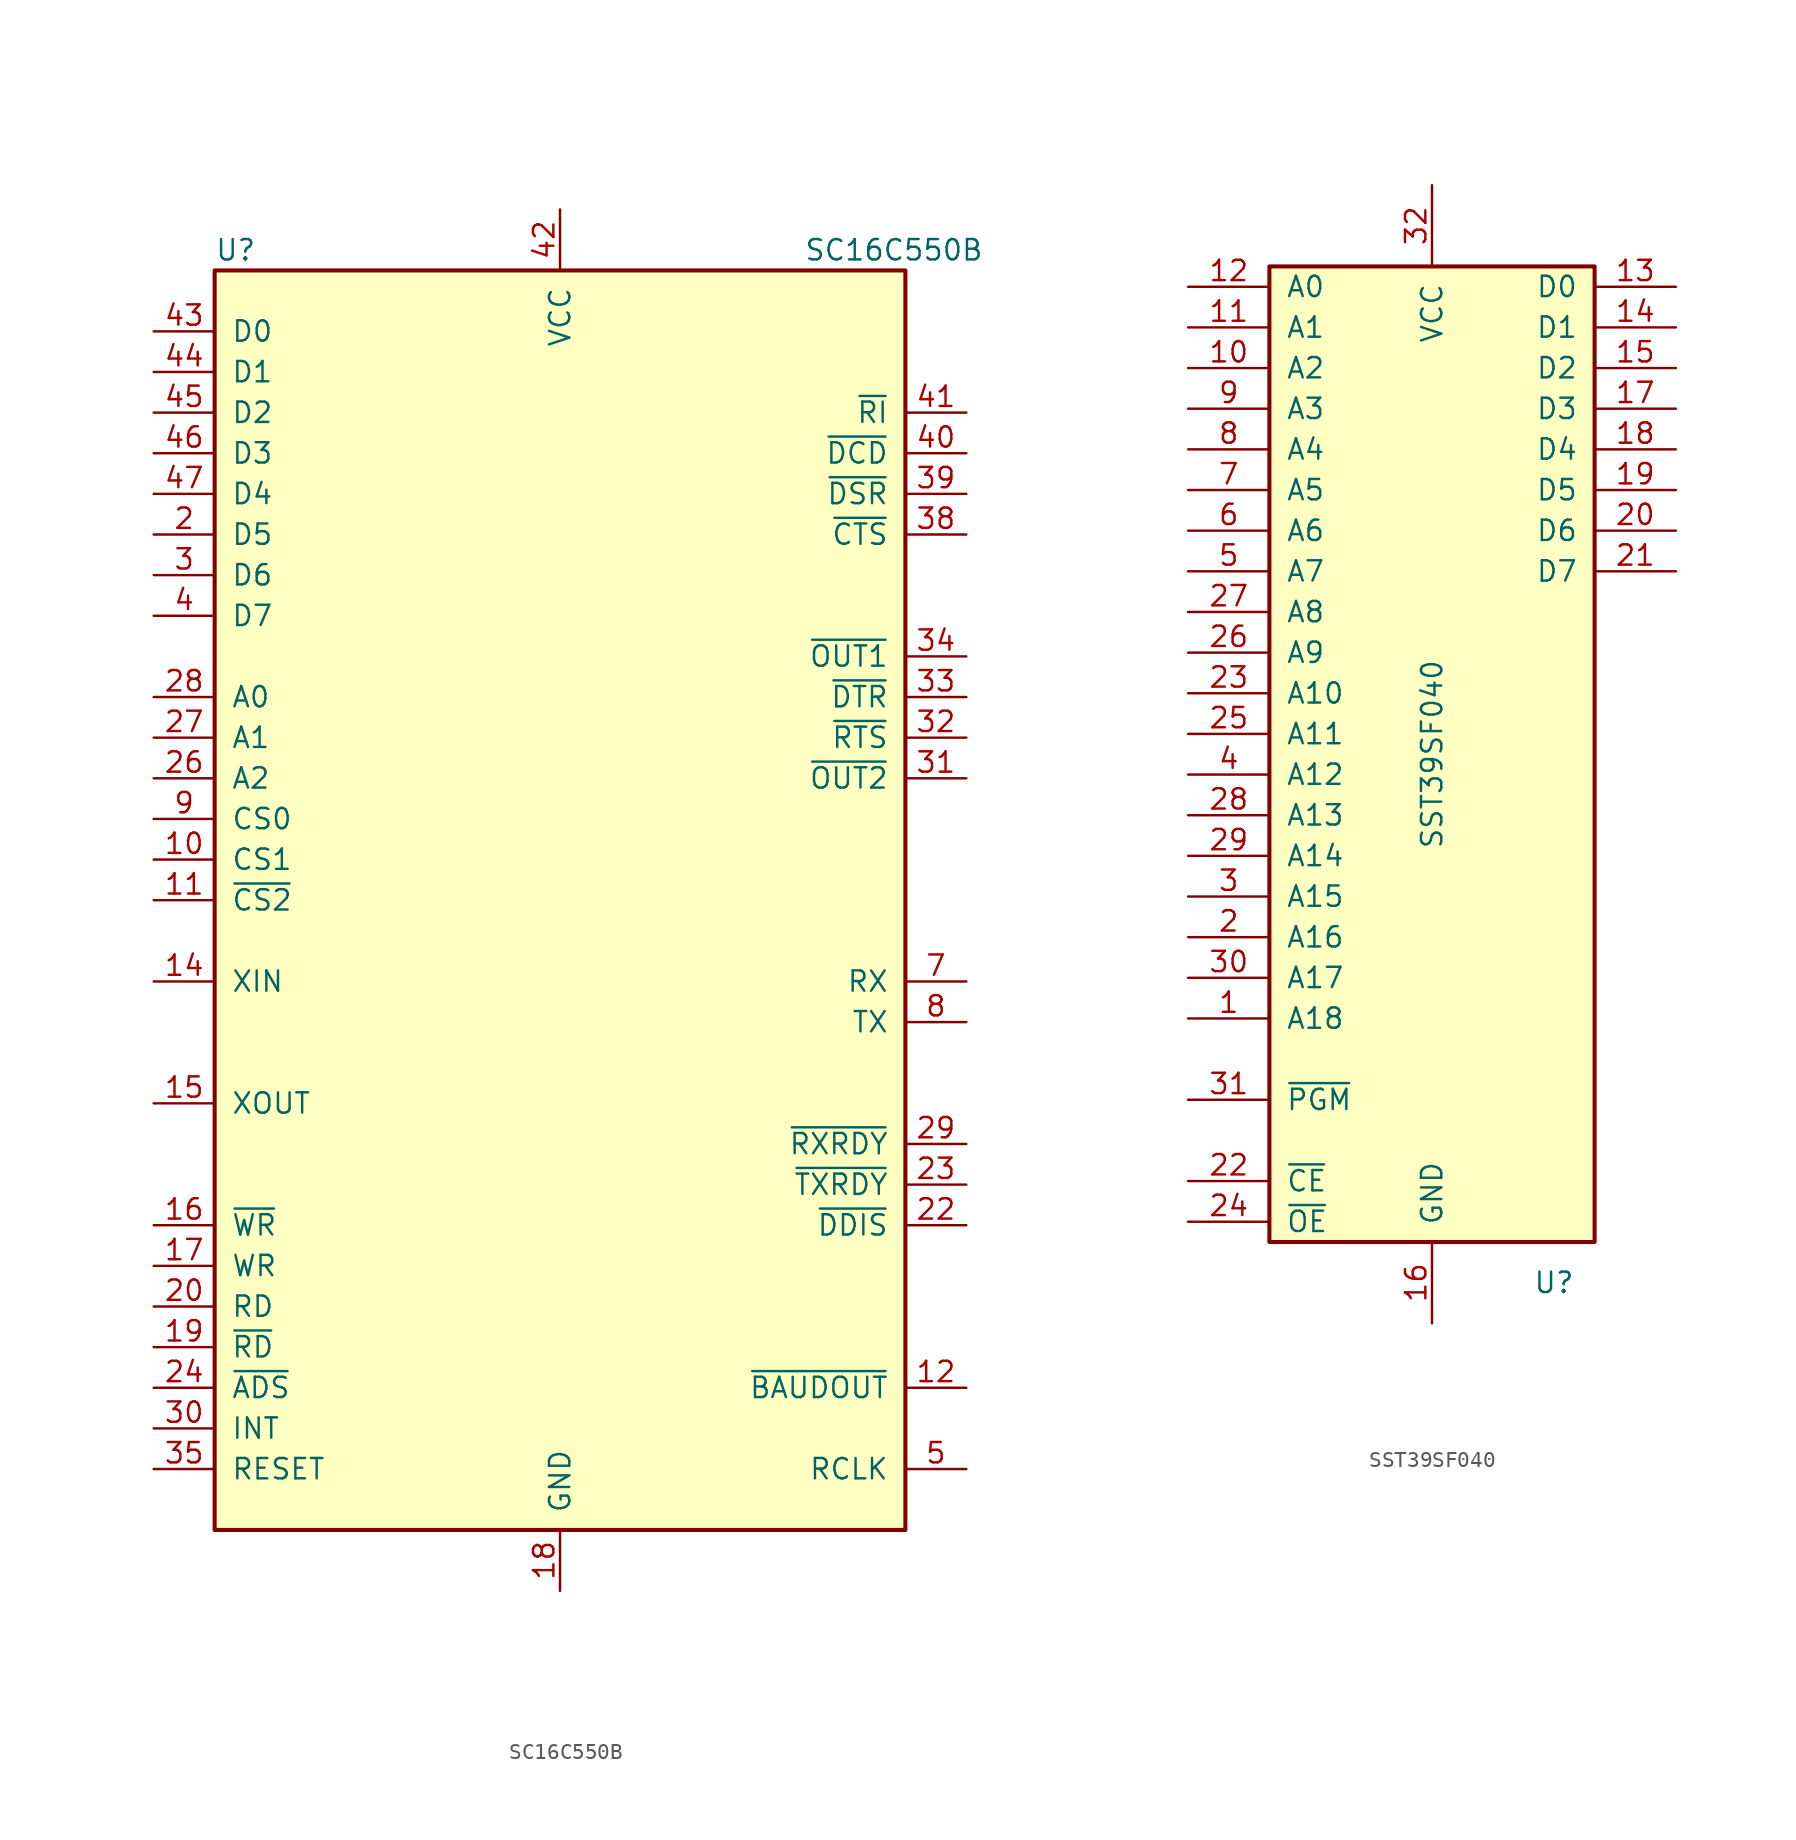
<source format=kicad_sym>
(kicad_symbol_lib
  (version 20211014)
  (generator kicad_symbol_editor)
  (symbol "SC16C550B"
    (pin_names
      (offset 1.016))
    (property "Reference" "U"
      (at -21.59 40.64 0)
      (effects (font (size 1.27 1.27)) (justify left)))
    (property "Value" "SC16C550B"
      (at 15.24 40.64 0)
      (effects (font (size 1.27 1.27)) (justify left)))
    (symbol "SC16C550B_0_1"
      (rectangle (start -21.59 -39.37) (end 21.59 39.37) (stroke (width 0.254) (type default) (color 0 0 0 0)) (fill (type background))))
    (symbol "SC16C550B_1_1"
      (pin no_connect line (at -16.51 -43.18 90) (length 3.81) hide (name "nc" (effects (font (size 1.27 1.27)))) (number "1" (effects (font (size 1.27 1.27)))))
      (pin input line (at -25.4 2.54 0) (length 3.81) (name "CS1" (effects (font (size 1.27 1.27)))) (number "10" (effects (font (size 1.27 1.27)))))
      (pin input line (at -25.4 0 0) (length 3.81) (name "~{CS2}" (effects (font (size 1.27 1.27)))) (number "11" (effects (font (size 1.27 1.27)))))
      (pin output line (at 25.4 -30.48 180) (length 3.81) (name "~{BAUDOUT}" (effects (font (size 1.27 1.27)))) (number "12" (effects (font (size 1.27 1.27)))))
      (pin no_connect line (at -11.43 -43.18 90) (length 3.81) hide (name "nc" (effects (font (size 1.27 1.27)))) (number "13" (effects (font (size 1.27 1.27)))))
      (pin input line (at -25.4 -5.08 0) (length 3.81) (name "XIN" (effects (font (size 1.27 1.27)))) (number "14" (effects (font (size 1.27 1.27)))))
      (pin output line (at -25.4 -12.7 0) (length 3.81) (name "XOUT" (effects (font (size 1.27 1.27)))) (number "15" (effects (font (size 1.27 1.27)))))
      (pin input line (at -25.4 -20.32 0) (length 3.81) (name "~{WR}" (effects (font (size 1.27 1.27)))) (number "16" (effects (font (size 1.27 1.27)))))
      (pin input line (at -25.4 -22.86 0) (length 3.81) (name "WR" (effects (font (size 1.27 1.27)))) (number "17" (effects (font (size 1.27 1.27)))))
      (pin power_in line (at 0 -43.18 90) (length 3.81) (name "GND" (effects (font (size 1.27 1.27)))) (number "18" (effects (font (size 1.27 1.27)))))
      (pin input line (at -25.4 -27.94 0) (length 3.81) (name "~{RD}" (effects (font (size 1.27 1.27)))) (number "19" (effects (font (size 1.27 1.27)))))
      (pin bidirectional line (at -25.4 22.86 0) (length 3.81) (name "D5" (effects (font (size 1.27 1.27)))) (number "2" (effects (font (size 1.27 1.27)))))
      (pin input line (at -25.4 -25.4 0) (length 3.81) (name "RD" (effects (font (size 1.27 1.27)))) (number "20" (effects (font (size 1.27 1.27)))))
      (pin no_connect line (at -8.89 -43.18 90) (length 3.81) hide (name "nc" (effects (font (size 1.27 1.27)))) (number "21" (effects (font (size 1.27 1.27)))))
      (pin output line (at 25.4 -20.32 180) (length 3.81) (name "~{DDIS}" (effects (font (size 1.27 1.27)))) (number "22" (effects (font (size 1.27 1.27)))))
      (pin output line (at 25.4 -17.78 180) (length 3.81) (name "~{TXRDY}" (effects (font (size 1.27 1.27)))) (number "23" (effects (font (size 1.27 1.27)))))
      (pin input line (at -25.4 -30.48 0) (length 3.81) (name "~{ADS}" (effects (font (size 1.27 1.27)))) (number "24" (effects (font (size 1.27 1.27)))))
      (pin no_connect line (at -6.35 -43.18 90) (length 3.81) hide (name "nc" (effects (font (size 1.27 1.27)))) (number "25" (effects (font (size 1.27 1.27)))))
      (pin input line (at -25.4 7.62 0) (length 3.81) (name "A2" (effects (font (size 1.27 1.27)))) (number "26" (effects (font (size 1.27 1.27)))))
      (pin input line (at -25.4 10.16 0) (length 3.81) (name "A1" (effects (font (size 1.27 1.27)))) (number "27" (effects (font (size 1.27 1.27)))))
      (pin input line (at -25.4 12.7 0) (length 3.81) (name "A0" (effects (font (size 1.27 1.27)))) (number "28" (effects (font (size 1.27 1.27)))))
      (pin output line (at 25.4 -15.24 180) (length 3.81) (name "~{RXRDY}" (effects (font (size 1.27 1.27)))) (number "29" (effects (font (size 1.27 1.27)))))
      (pin bidirectional line (at -25.4 20.32 0) (length 3.81) (name "D6" (effects (font (size 1.27 1.27)))) (number "3" (effects (font (size 1.27 1.27)))))
      (pin output line (at -25.4 -33.02 0) (length 3.81) (name "INT" (effects (font (size 1.27 1.27)))) (number "30" (effects (font (size 1.27 1.27)))))
      (pin output line (at 25.4 7.62 180) (length 3.81) (name "~{OUT2}" (effects (font (size 1.27 1.27)))) (number "31" (effects (font (size 1.27 1.27)))))
      (pin output line (at 25.4 10.16 180) (length 3.81) (name "~{RTS}" (effects (font (size 1.27 1.27)))) (number "32" (effects (font (size 1.27 1.27)))))
      (pin output line (at 25.4 12.7 180) (length 3.81) (name "~{DTR}" (effects (font (size 1.27 1.27)))) (number "33" (effects (font (size 1.27 1.27)))))
      (pin output line (at 25.4 15.24 180) (length 3.81) (name "~{OUT1}" (effects (font (size 1.27 1.27)))) (number "34" (effects (font (size 1.27 1.27)))))
      (pin input line (at -25.4 -35.56 0) (length 3.81) (name "RESET" (effects (font (size 1.27 1.27)))) (number "35" (effects (font (size 1.27 1.27)))))
      (pin no_connect line (at 5.08 -43.18 90) (length 3.81) hide (name "nc" (effects (font (size 1.27 1.27)))) (number "36" (effects (font (size 1.27 1.27)))))
      (pin no_connect line (at 7.62 -43.18 90) (length 3.81) hide (name "nc" (effects (font (size 1.27 1.27)))) (number "37" (effects (font (size 1.27 1.27)))))
      (pin input line (at 25.4 22.86 180) (length 3.81) (name "~{CTS}" (effects (font (size 1.27 1.27)))) (number "38" (effects (font (size 1.27 1.27)))))
      (pin input line (at 25.4 25.4 180) (length 3.81) (name "~{DSR}" (effects (font (size 1.27 1.27)))) (number "39" (effects (font (size 1.27 1.27)))))
      (pin bidirectional line (at -25.4 17.78 0) (length 3.81) (name "D7" (effects (font (size 1.27 1.27)))) (number "4" (effects (font (size 1.27 1.27)))))
      (pin input line (at 25.4 27.94 180) (length 3.81) (name "~{DCD}" (effects (font (size 1.27 1.27)))) (number "40" (effects (font (size 1.27 1.27)))))
      (pin input line (at 25.4 30.48 180) (length 3.81) (name "~{RI}" (effects (font (size 1.27 1.27)))) (number "41" (effects (font (size 1.27 1.27)))))
      (pin power_in line (at 0 43.18 270) (length 3.81) (name "VCC" (effects (font (size 1.27 1.27)))) (number "42" (effects (font (size 1.27 1.27)))))
      (pin bidirectional line (at -25.4 35.56 0) (length 3.81) (name "D0" (effects (font (size 1.27 1.27)))) (number "43" (effects (font (size 1.27 1.27)))))
      (pin bidirectional line (at -25.4 33.02 0) (length 3.81) (name "D1" (effects (font (size 1.27 1.27)))) (number "44" (effects (font (size 1.27 1.27)))))
      (pin bidirectional line (at -25.4 30.48 0) (length 3.81) (name "D2" (effects (font (size 1.27 1.27)))) (number "45" (effects (font (size 1.27 1.27)))))
      (pin bidirectional line (at -25.4 27.94 0) (length 3.81) (name "D3" (effects (font (size 1.27 1.27)))) (number "46" (effects (font (size 1.27 1.27)))))
      (pin bidirectional line (at -25.4 25.4 0) (length 3.81) (name "D4" (effects (font (size 1.27 1.27)))) (number "47" (effects (font (size 1.27 1.27)))))
      (pin no_connect line (at 10.16 -43.18 90) (length 3.81) hide (name "nc" (effects (font (size 1.27 1.27)))) (number "48" (effects (font (size 1.27 1.27)))))
      (pin input line (at 25.4 -35.56 180) (length 3.81) (name "RCLK" (effects (font (size 1.27 1.27)))) (number "5" (effects (font (size 1.27 1.27)))))
      (pin no_connect line (at -13.97 -43.18 90) (length 3.81) hide (name "nc" (effects (font (size 1.27 1.27)))) (number "6" (effects (font (size 1.27 1.27)))))
      (pin input line (at 25.4 -5.08 180) (length 3.81) (name "RX" (effects (font (size 1.27 1.27)))) (number "7" (effects (font (size 1.27 1.27)))))
      (pin output line (at 25.4 -7.62 180) (length 3.81) (name "TX" (effects (font (size 1.27 1.27)))) (number "8" (effects (font (size 1.27 1.27)))))
      (pin input line (at -25.4 5.08 0) (length 3.81) (name "CS0" (effects (font (size 1.27 1.27)))) (number "9" (effects (font (size 1.27 1.27)))))))
  (symbol "SST39SF040"
    (pin_names
      (offset 1.016))
    (property "Reference" "U"
      (at 7.62 -33.02 0)
      (effects (font (size 1.27 1.27))))
    (property "Value" "SST39SF040"
      (at 0 0 90)
      (effects (font (size 1.27 1.27))))
    (symbol "SST39SF040_1_0"
      (pin power_in line (at 0 -35.56 90) (length 5.08) (name "GND" (effects (font (size 1.27 1.27)))) (number "16" (effects (font (size 1.27 1.27)))))
      (pin power_in line (at 0 35.56 270) (length 5.08) (name "VCC" (effects (font (size 1.27 1.27)))) (number "32" (effects (font (size 1.27 1.27))))))
    (symbol "SST39SF040_1_1"
      (rectangle (start -10.16 30.48) (end 10.16 -30.48) (stroke (width 0.254) (type default) (color 0 0 0 0)) (fill (type background)))
      (pin input line (at -15.24 -16.51 0) (length 5.08) (name "A18" (effects (font (size 1.27 1.27)))) (number "1" (effects (font (size 1.27 1.27)))))
      (pin input line (at -15.24 24.13 0) (length 5.08) (name "A2" (effects (font (size 1.27 1.27)))) (number "10" (effects (font (size 1.27 1.27)))))
      (pin input line (at -15.24 26.67 0) (length 5.08) (name "A1" (effects (font (size 1.27 1.27)))) (number "11" (effects (font (size 1.27 1.27)))))
      (pin input line (at -15.24 29.21 0) (length 5.08) (name "A0" (effects (font (size 1.27 1.27)))) (number "12" (effects (font (size 1.27 1.27)))))
      (pin tri_state line (at 15.24 29.21 180) (length 5.08) (name "D0" (effects (font (size 1.27 1.27)))) (number "13" (effects (font (size 1.27 1.27)))))
      (pin tri_state line (at 15.24 26.67 180) (length 5.08) (name "D1" (effects (font (size 1.27 1.27)))) (number "14" (effects (font (size 1.27 1.27)))))
      (pin tri_state line (at 15.24 24.13 180) (length 5.08) (name "D2" (effects (font (size 1.27 1.27)))) (number "15" (effects (font (size 1.27 1.27)))))
      (pin tri_state line (at 15.24 21.59 180) (length 5.08) (name "D3" (effects (font (size 1.27 1.27)))) (number "17" (effects (font (size 1.27 1.27)))))
      (pin tri_state line (at 15.24 19.05 180) (length 5.08) (name "D4" (effects (font (size 1.27 1.27)))) (number "18" (effects (font (size 1.27 1.27)))))
      (pin tri_state line (at 15.24 16.51 180) (length 5.08) (name "D5" (effects (font (size 1.27 1.27)))) (number "19" (effects (font (size 1.27 1.27)))))
      (pin input line (at -15.24 -11.43 0) (length 5.08) (name "A16" (effects (font (size 1.27 1.27)))) (number "2" (effects (font (size 1.27 1.27)))))
      (pin tri_state line (at 15.24 13.97 180) (length 5.08) (name "D6" (effects (font (size 1.27 1.27)))) (number "20" (effects (font (size 1.27 1.27)))))
      (pin tri_state line (at 15.24 11.43 180) (length 5.08) (name "D7" (effects (font (size 1.27 1.27)))) (number "21" (effects (font (size 1.27 1.27)))))
      (pin input line (at -15.24 -26.67 0) (length 5.08) (name "~{CE}" (effects (font (size 1.27 1.27)))) (number "22" (effects (font (size 1.27 1.27)))))
      (pin input line (at -15.24 3.81 0) (length 5.08) (name "A10" (effects (font (size 1.27 1.27)))) (number "23" (effects (font (size 1.27 1.27)))))
      (pin input line (at -15.24 -29.21 0) (length 5.08) (name "~{OE}" (effects (font (size 1.27 1.27)))) (number "24" (effects (font (size 1.27 1.27)))))
      (pin input line (at -15.24 1.27 0) (length 5.08) (name "A11" (effects (font (size 1.27 1.27)))) (number "25" (effects (font (size 1.27 1.27)))))
      (pin input line (at -15.24 6.35 0) (length 5.08) (name "A9" (effects (font (size 1.27 1.27)))) (number "26" (effects (font (size 1.27 1.27)))))
      (pin input line (at -15.24 8.89 0) (length 5.08) (name "A8" (effects (font (size 1.27 1.27)))) (number "27" (effects (font (size 1.27 1.27)))))
      (pin input line (at -15.24 -3.81 0) (length 5.08) (name "A13" (effects (font (size 1.27 1.27)))) (number "28" (effects (font (size 1.27 1.27)))))
      (pin input line (at -15.24 -6.35 0) (length 5.08) (name "A14" (effects (font (size 1.27 1.27)))) (number "29" (effects (font (size 1.27 1.27)))))
      (pin input line (at -15.24 -8.89 0) (length 5.08) (name "A15" (effects (font (size 1.27 1.27)))) (number "3" (effects (font (size 1.27 1.27)))))
      (pin input line (at -15.24 -13.97 0) (length 5.08) (name "A17" (effects (font (size 1.27 1.27)))) (number "30" (effects (font (size 1.27 1.27)))))
      (pin input line (at -15.24 -21.59 0) (length 5.08) (name "~{PGM}" (effects (font (size 1.27 1.27)))) (number "31" (effects (font (size 1.27 1.27)))))
      (pin input line (at -15.24 -1.27 0) (length 5.08) (name "A12" (effects (font (size 1.27 1.27)))) (number "4" (effects (font (size 1.27 1.27)))))
      (pin input line (at -15.24 11.43 0) (length 5.08) (name "A7" (effects (font (size 1.27 1.27)))) (number "5" (effects (font (size 1.27 1.27)))))
      (pin input line (at -15.24 13.97 0) (length 5.08) (name "A6" (effects (font (size 1.27 1.27)))) (number "6" (effects (font (size 1.27 1.27)))))
      (pin input line (at -15.24 16.51 0) (length 5.08) (name "A5" (effects (font (size 1.27 1.27)))) (number "7" (effects (font (size 1.27 1.27)))))
      (pin input line (at -15.24 19.05 0) (length 5.08) (name "A4" (effects (font (size 1.27 1.27)))) (number "8" (effects (font (size 1.27 1.27)))))
      (pin input line (at -15.24 21.59 0) (length 5.08) (name "A3" (effects (font (size 1.27 1.27)))) (number "9" (effects (font (size 1.27 1.27))))))))
</source>
